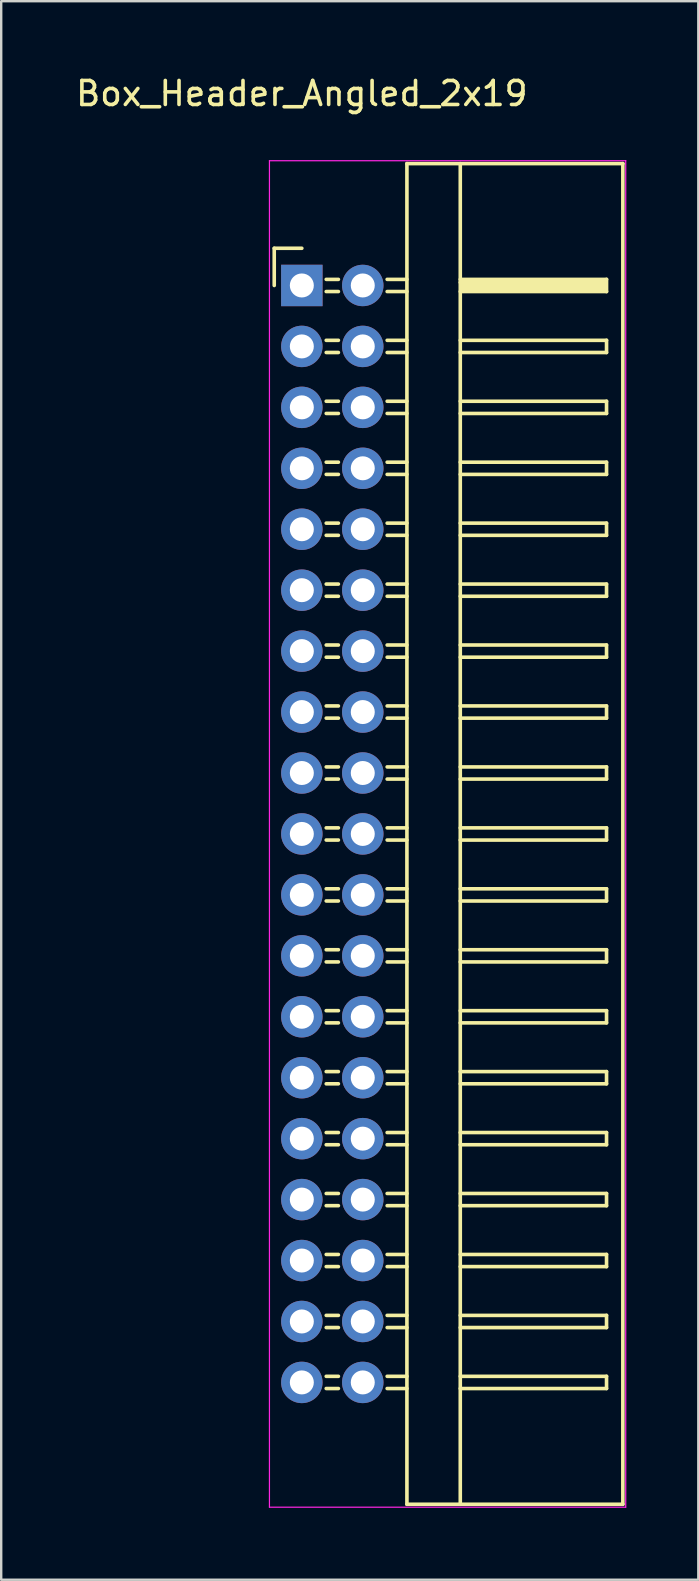
<source format=kicad_pcb>
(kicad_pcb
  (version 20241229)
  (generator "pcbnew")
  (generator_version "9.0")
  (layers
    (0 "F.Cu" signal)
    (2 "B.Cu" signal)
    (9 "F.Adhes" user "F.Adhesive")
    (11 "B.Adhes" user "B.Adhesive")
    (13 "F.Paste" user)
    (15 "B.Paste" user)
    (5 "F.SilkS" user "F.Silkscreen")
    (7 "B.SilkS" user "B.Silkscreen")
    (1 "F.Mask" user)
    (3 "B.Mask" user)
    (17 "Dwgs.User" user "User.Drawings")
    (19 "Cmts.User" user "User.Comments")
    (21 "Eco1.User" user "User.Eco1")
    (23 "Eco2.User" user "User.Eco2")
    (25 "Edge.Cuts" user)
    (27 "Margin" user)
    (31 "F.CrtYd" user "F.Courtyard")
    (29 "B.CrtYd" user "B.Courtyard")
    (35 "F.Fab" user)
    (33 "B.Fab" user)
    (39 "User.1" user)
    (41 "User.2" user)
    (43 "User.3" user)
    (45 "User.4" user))
  (footprint "Box_Header_Angled_2x19"
    (layer "F.Cu")
    (at 9.53 8.848)
    (property "Reference" "Box_Header_Angled_2x19" (at 0 -8 0) (layer "F.SilkS") (effects (font (size 1 1) (thickness 0.15))))
    (attr through_hole)
    (fp_line (start -1.15 -1.55) (end -1.15 0) (stroke (width 0.15) (type solid)) (layer "F.SilkS"))
    (fp_line (start 0 -1.55) (end -1.15 -1.55) (stroke (width 0.15) (type solid)) (layer "F.SilkS"))
    (fp_line (start 1.524 -0.254) (end 1.016 -0.254) (stroke (width 0.15) (type solid)) (layer "F.SilkS"))
    (fp_line (start 1.524 0.254) (end 1.016 0.254) (stroke (width 0.15) (type solid)) (layer "F.SilkS"))
    (fp_line (start 1.524 2.286) (end 1.016 2.286) (stroke (width 0.15) (type solid)) (layer "F.SilkS"))
    (fp_line (start 1.524 2.794) (end 1.016 2.794) (stroke (width 0.15) (type solid)) (layer "F.SilkS"))
    (fp_line (start 1.524 4.826) (end 1.016 4.826) (stroke (width 0.15) (type solid)) (layer "F.SilkS"))
    (fp_line (start 1.524 5.334) (end 1.016 5.334) (stroke (width 0.15) (type solid)) (layer "F.SilkS"))
    (fp_line (start 1.524 7.366) (end 1.016 7.366) (stroke (width 0.15) (type solid)) (layer "F.SilkS"))
    (fp_line (start 1.524 7.874) (end 1.016 7.874) (stroke (width 0.15) (type solid)) (layer "F.SilkS"))
    (fp_line (start 1.524 9.906) (end 1.016 9.906) (stroke (width 0.15) (type solid)) (layer "F.SilkS"))
    (fp_line (start 1.524 10.414) (end 1.016 10.414) (stroke (width 0.15) (type solid)) (layer "F.SilkS"))
    (fp_line (start 1.524 12.446) (end 1.016 12.446) (stroke (width 0.15) (type solid)) (layer "F.SilkS"))
    (fp_line (start 1.524 12.954) (end 1.016 12.954) (stroke (width 0.15) (type solid)) (layer "F.SilkS"))
    (fp_line (start 1.524 14.986) (end 1.016 14.986) (stroke (width 0.15) (type solid)) (layer "F.SilkS"))
    (fp_line (start 1.524 15.494) (end 1.016 15.494) (stroke (width 0.15) (type solid)) (layer "F.SilkS"))
    (fp_line (start 1.524 17.526) (end 1.016 17.526) (stroke (width 0.15) (type solid)) (layer "F.SilkS"))
    (fp_line (start 1.524 18.034) (end 1.016 18.034) (stroke (width 0.15) (type solid)) (layer "F.SilkS"))
    (fp_line (start 1.524 20.066) (end 1.016 20.066) (stroke (width 0.15) (type solid)) (layer "F.SilkS"))
    (fp_line (start 1.524 20.574) (end 1.016 20.574) (stroke (width 0.15) (type solid)) (layer "F.SilkS"))
    (fp_line (start 1.524 22.606) (end 1.016 22.606) (stroke (width 0.15) (type solid)) (layer "F.SilkS"))
    (fp_line (start 1.524 23.114) (end 1.016 23.114) (stroke (width 0.15) (type solid)) (layer "F.SilkS"))
    (fp_line (start 1.524 25.146) (end 1.016 25.146) (stroke (width 0.15) (type solid)) (layer "F.SilkS"))
    (fp_line (start 1.524 25.654) (end 1.016 25.654) (stroke (width 0.15) (type solid)) (layer "F.SilkS"))
    (fp_line (start 1.524 27.686) (end 1.016 27.686) (stroke (width 0.15) (type solid)) (layer "F.SilkS"))
    (fp_line (start 1.524 28.194) (end 1.016 28.194) (stroke (width 0.15) (type solid)) (layer "F.SilkS"))
    (fp_line (start 1.524 30.226) (end 1.016 30.226) (stroke (width 0.15) (type solid)) (layer "F.SilkS"))
    (fp_line (start 1.524 30.734) (end 1.016 30.734) (stroke (width 0.15) (type solid)) (layer "F.SilkS"))
    (fp_line (start 1.524 32.766) (end 1.016 32.766) (stroke (width 0.15) (type solid)) (layer "F.SilkS"))
    (fp_line (start 1.524 33.274) (end 1.016 33.274) (stroke (width 0.15) (type solid)) (layer "F.SilkS"))
    (fp_line (start 1.524 35.306) (end 1.016 35.306) (stroke (width 0.15) (type solid)) (layer "F.SilkS"))
    (fp_line (start 1.524 35.814) (end 1.016 35.814) (stroke (width 0.15) (type solid)) (layer "F.SilkS"))
    (fp_line (start 1.524 37.846) (end 1.016 37.846) (stroke (width 0.15) (type solid)) (layer "F.SilkS"))
    (fp_line (start 1.524 38.354) (end 1.016 38.354) (stroke (width 0.15) (type solid)) (layer "F.SilkS"))
    (fp_line (start 1.524 40.386) (end 1.016 40.386) (stroke (width 0.15) (type solid)) (layer "F.SilkS"))
    (fp_line (start 1.524 40.894) (end 1.016 40.894) (stroke (width 0.15) (type solid)) (layer "F.SilkS"))
    (fp_line (start 1.524 42.926) (end 1.016 42.926) (stroke (width 0.15) (type solid)) (layer "F.SilkS"))
    (fp_line (start 1.524 43.434) (end 1.016 43.434) (stroke (width 0.15) (type solid)) (layer "F.SilkS"))
    (fp_line (start 1.524 45.466) (end 1.016 45.466) (stroke (width 0.15) (type solid)) (layer "F.SilkS"))
    (fp_line (start 1.524 45.974) (end 1.016 45.974) (stroke (width 0.15) (type solid)) (layer "F.SilkS"))
    (fp_line (start 4.38 -5.08) (end 4.38 50.8) (stroke (width 0.15) (type solid)) (layer "F.SilkS"))
    (fp_line (start 4.38 -5.08) (end 13.38 -5.08) (stroke (width 0.15) (type solid)) (layer "F.SilkS"))
    (fp_line (start 4.38 -0.254) (end 3.556 -0.254) (stroke (width 0.15) (type solid)) (layer "F.SilkS"))
    (fp_line (start 4.38 0.254) (end 3.556 0.254) (stroke (width 0.15) (type solid)) (layer "F.SilkS"))
    (fp_line (start 4.38 2.286) (end 3.556 2.286) (stroke (width 0.15) (type solid)) (layer "F.SilkS"))
    (fp_line (start 4.38 2.794) (end 3.556 2.794) (stroke (width 0.15) (type solid)) (layer "F.SilkS"))
    (fp_line (start 4.38 4.826) (end 3.556 4.826) (stroke (width 0.15) (type solid)) (layer "F.SilkS"))
    (fp_line (start 4.38 5.334) (end 3.556 5.334) (stroke (width 0.15) (type solid)) (layer "F.SilkS"))
    (fp_line (start 4.38 7.366) (end 3.556 7.366) (stroke (width 0.15) (type solid)) (layer "F.SilkS"))
    (fp_line (start 4.38 7.874) (end 3.556 7.874) (stroke (width 0.15) (type solid)) (layer "F.SilkS"))
    (fp_line (start 4.38 9.906) (end 3.556 9.906) (stroke (width 0.15) (type solid)) (layer "F.SilkS"))
    (fp_line (start 4.38 10.414) (end 3.556 10.414) (stroke (width 0.15) (type solid)) (layer "F.SilkS"))
    (fp_line (start 4.38 12.446) (end 3.556 12.446) (stroke (width 0.15) (type solid)) (layer "F.SilkS"))
    (fp_line (start 4.38 12.954) (end 3.556 12.954) (stroke (width 0.15) (type solid)) (layer "F.SilkS"))
    (fp_line (start 4.38 14.986) (end 3.556 14.986) (stroke (width 0.15) (type solid)) (layer "F.SilkS"))
    (fp_line (start 4.38 15.494) (end 3.556 15.494) (stroke (width 0.15) (type solid)) (layer "F.SilkS"))
    (fp_line (start 4.38 17.526) (end 3.556 17.526) (stroke (width 0.15) (type solid)) (layer "F.SilkS"))
    (fp_line (start 4.38 18.034) (end 3.556 18.034) (stroke (width 0.15) (type solid)) (layer "F.SilkS"))
    (fp_line (start 4.38 20.066) (end 3.556 20.066) (stroke (width 0.15) (type solid)) (layer "F.SilkS"))
    (fp_line (start 4.38 20.574) (end 3.556 20.574) (stroke (width 0.15) (type solid)) (layer "F.SilkS"))
    (fp_line (start 4.38 22.606) (end 3.556 22.606) (stroke (width 0.15) (type solid)) (layer "F.SilkS"))
    (fp_line (start 4.38 23.114) (end 3.556 23.114) (stroke (width 0.15) (type solid)) (layer "F.SilkS"))
    (fp_line (start 4.38 25.146) (end 3.556 25.146) (stroke (width 0.15) (type solid)) (layer "F.SilkS"))
    (fp_line (start 4.38 25.654) (end 3.556 25.654) (stroke (width 0.15) (type solid)) (layer "F.SilkS"))
    (fp_line (start 4.38 27.686) (end 3.556 27.686) (stroke (width 0.15) (type solid)) (layer "F.SilkS"))
    (fp_line (start 4.38 28.194) (end 3.556 28.194) (stroke (width 0.15) (type solid)) (layer "F.SilkS"))
    (fp_line (start 4.38 30.226) (end 3.556 30.226) (stroke (width 0.15) (type solid)) (layer "F.SilkS"))
    (fp_line (start 4.38 30.734) (end 3.556 30.734) (stroke (width 0.15) (type solid)) (layer "F.SilkS"))
    (fp_line (start 4.38 32.766) (end 3.556 32.766) (stroke (width 0.15) (type solid)) (layer "F.SilkS"))
    (fp_line (start 4.38 33.274) (end 3.556 33.274) (stroke (width 0.15) (type solid)) (layer "F.SilkS"))
    (fp_line (start 4.38 35.306) (end 3.556 35.306) (stroke (width 0.15) (type solid)) (layer "F.SilkS"))
    (fp_line (start 4.38 35.814) (end 3.556 35.814) (stroke (width 0.15) (type solid)) (layer "F.SilkS"))
    (fp_line (start 4.38 37.846) (end 3.556 37.846) (stroke (width 0.15) (type solid)) (layer "F.SilkS"))
    (fp_line (start 4.38 38.354) (end 3.556 38.354) (stroke (width 0.15) (type solid)) (layer "F.SilkS"))
    (fp_line (start 4.38 40.386) (end 3.556 40.386) (stroke (width 0.15) (type solid)) (layer "F.SilkS"))
    (fp_line (start 4.38 40.894) (end 3.556 40.894) (stroke (width 0.15) (type solid)) (layer "F.SilkS"))
    (fp_line (start 4.38 42.926) (end 3.556 42.926) (stroke (width 0.15) (type solid)) (layer "F.SilkS"))
    (fp_line (start 4.38 43.434) (end 3.556 43.434) (stroke (width 0.15) (type solid)) (layer "F.SilkS"))
    (fp_line (start 4.38 45.466) (end 3.556 45.466) (stroke (width 0.15) (type solid)) (layer "F.SilkS"))
    (fp_line (start 4.38 45.974) (end 3.556 45.974) (stroke (width 0.15) (type solid)) (layer "F.SilkS"))
    (fp_line (start 4.38 50.8) (end 13.38 50.8) (stroke (width 0.15) (type solid)) (layer "F.SilkS"))
    (fp_line (start 6.604 -5.08) (end 6.604 50.8) (stroke (width 0.15) (type solid)) (layer "F.SilkS"))
    (fp_line (start 6.604 -0.254) (end 12.7 -0.254) (stroke (width 0.15) (type solid)) (layer "F.SilkS"))
    (fp_line (start 6.604 -0.127) (end 12.573 -0.127) (stroke (width 0.15) (type solid)) (layer "F.SilkS"))
    (fp_line (start 6.604 2.286) (end 12.7 2.286) (stroke (width 0.15) (type solid)) (layer "F.SilkS"))
    (fp_line (start 6.604 4.826) (end 12.7 4.826) (stroke (width 0.15) (type solid)) (layer "F.SilkS"))
    (fp_line (start 6.604 7.366) (end 12.7 7.366) (stroke (width 0.15) (type solid)) (layer "F.SilkS"))
    (fp_line (start 6.604 9.906) (end 12.7 9.906) (stroke (width 0.15) (type solid)) (layer "F.SilkS"))
    (fp_line (start 6.604 12.446) (end 12.7 12.446) (stroke (width 0.15) (type solid)) (layer "F.SilkS"))
    (fp_line (start 6.604 14.986) (end 12.7 14.986) (stroke (width 0.15) (type solid)) (layer "F.SilkS"))
    (fp_line (start 6.604 17.526) (end 12.7 17.526) (stroke (width 0.15) (type solid)) (layer "F.SilkS"))
    (fp_line (start 6.604 20.066) (end 12.7 20.066) (stroke (width 0.15) (type solid)) (layer "F.SilkS"))
    (fp_line (start 6.604 22.606) (end 12.7 22.606) (stroke (width 0.15) (type solid)) (layer "F.SilkS"))
    (fp_line (start 6.604 25.146) (end 12.7 25.146) (stroke (width 0.15) (type solid)) (layer "F.SilkS"))
    (fp_line (start 6.604 27.686) (end 12.7 27.686) (stroke (width 0.15) (type solid)) (layer "F.SilkS"))
    (fp_line (start 6.604 30.226) (end 12.7 30.226) (stroke (width 0.15) (type solid)) (layer "F.SilkS"))
    (fp_line (start 6.604 32.766) (end 12.7 32.766) (stroke (width 0.15) (type solid)) (layer "F.SilkS"))
    (fp_line (start 6.604 35.306) (end 12.7 35.306) (stroke (width 0.15) (type solid)) (layer "F.SilkS"))
    (fp_line (start 6.604 37.846) (end 12.7 37.846) (stroke (width 0.15) (type solid)) (layer "F.SilkS"))
    (fp_line (start 6.604 40.386) (end 12.7 40.386) (stroke (width 0.15) (type solid)) (layer "F.SilkS"))
    (fp_line (start 6.604 42.926) (end 12.7 42.926) (stroke (width 0.15) (type solid)) (layer "F.SilkS"))
    (fp_line (start 6.604 45.466) (end 12.7 45.466) (stroke (width 0.15) (type solid)) (layer "F.SilkS"))
    (fp_line (start 6.731 0) (end 12.573 0) (stroke (width 0.15) (type solid)) (layer "F.SilkS"))
    (fp_line (start 6.731 0.127) (end 6.731 0) (stroke (width 0.15) (type solid)) (layer "F.SilkS"))
    (fp_line (start 12.573 -0.127) (end 12.573 0.127) (stroke (width 0.15) (type solid)) (layer "F.SilkS"))
    (fp_line (start 12.573 0.127) (end 6.731 0.127) (stroke (width 0.15) (type solid)) (layer "F.SilkS"))
    (fp_line (start 12.7 -0.254) (end 12.7 0.254) (stroke (width 0.15) (type solid)) (layer "F.SilkS"))
    (fp_line (start 12.7 0.254) (end 6.604 0.254) (stroke (width 0.15) (type solid)) (layer "F.SilkS"))
    (fp_line (start 12.7 2.286) (end 12.7 2.794) (stroke (width 0.15) (type solid)) (layer "F.SilkS"))
    (fp_line (start 12.7 2.794) (end 6.604 2.794) (stroke (width 0.15) (type solid)) (layer "F.SilkS"))
    (fp_line (start 12.7 4.826) (end 12.7 5.334) (stroke (width 0.15) (type solid)) (layer "F.SilkS"))
    (fp_line (start 12.7 5.334) (end 6.604 5.334) (stroke (width 0.15) (type solid)) (layer "F.SilkS"))
    (fp_line (start 12.7 7.366) (end 12.7 7.874) (stroke (width 0.15) (type solid)) (layer "F.SilkS"))
    (fp_line (start 12.7 7.874) (end 6.604 7.874) (stroke (width 0.15) (type solid)) (layer "F.SilkS"))
    (fp_line (start 12.7 9.906) (end 12.7 10.414) (stroke (width 0.15) (type solid)) (layer "F.SilkS"))
    (fp_line (start 12.7 10.414) (end 6.604 10.414) (stroke (width 0.15) (type solid)) (layer "F.SilkS"))
    (fp_line (start 12.7 12.446) (end 12.7 12.954) (stroke (width 0.15) (type solid)) (layer "F.SilkS"))
    (fp_line (start 12.7 12.954) (end 6.604 12.954) (stroke (width 0.15) (type solid)) (layer "F.SilkS"))
    (fp_line (start 12.7 14.986) (end 12.7 15.494) (stroke (width 0.15) (type solid)) (layer "F.SilkS"))
    (fp_line (start 12.7 15.494) (end 6.604 15.494) (stroke (width 0.15) (type solid)) (layer "F.SilkS"))
    (fp_line (start 12.7 17.526) (end 12.7 18.034) (stroke (width 0.15) (type solid)) (layer "F.SilkS"))
    (fp_line (start 12.7 18.034) (end 6.604 18.034) (stroke (width 0.15) (type solid)) (layer "F.SilkS"))
    (fp_line (start 12.7 20.066) (end 12.7 20.574) (stroke (width 0.15) (type solid)) (layer "F.SilkS"))
    (fp_line (start 12.7 20.574) (end 6.604 20.574) (stroke (width 0.15) (type solid)) (layer "F.SilkS"))
    (fp_line (start 12.7 22.606) (end 12.7 23.114) (stroke (width 0.15) (type solid)) (layer "F.SilkS"))
    (fp_line (start 12.7 23.114) (end 6.604 23.114) (stroke (width 0.15) (type solid)) (layer "F.SilkS"))
    (fp_line (start 12.7 25.146) (end 12.7 25.654) (stroke (width 0.15) (type solid)) (layer "F.SilkS"))
    (fp_line (start 12.7 25.654) (end 6.604 25.654) (stroke (width 0.15) (type solid)) (layer "F.SilkS"))
    (fp_line (start 12.7 27.686) (end 12.7 28.194) (stroke (width 0.15) (type solid)) (layer "F.SilkS"))
    (fp_line (start 12.7 28.194) (end 6.604 28.194) (stroke (width 0.15) (type solid)) (layer "F.SilkS"))
    (fp_line (start 12.7 30.226) (end 12.7 30.734) (stroke (width 0.15) (type solid)) (layer "F.SilkS"))
    (fp_line (start 12.7 30.734) (end 6.604 30.734) (stroke (width 0.15) (type solid)) (layer "F.SilkS"))
    (fp_line (start 12.7 32.766) (end 12.7 33.274) (stroke (width 0.15) (type solid)) (layer "F.SilkS"))
    (fp_line (start 12.7 33.274) (end 6.604 33.274) (stroke (width 0.15) (type solid)) (layer "F.SilkS"))
    (fp_line (start 12.7 35.306) (end 12.7 35.814) (stroke (width 0.15) (type solid)) (layer "F.SilkS"))
    (fp_line (start 12.7 35.814) (end 6.604 35.814) (stroke (width 0.15) (type solid)) (layer "F.SilkS"))
    (fp_line (start 12.7 37.846) (end 12.7 38.354) (stroke (width 0.15) (type solid)) (layer "F.SilkS"))
    (fp_line (start 12.7 38.354) (end 6.604 38.354) (stroke (width 0.15) (type solid)) (layer "F.SilkS"))
    (fp_line (start 12.7 40.386) (end 12.7 40.894) (stroke (width 0.15) (type solid)) (layer "F.SilkS"))
    (fp_line (start 12.7 40.894) (end 6.604 40.894) (stroke (width 0.15) (type solid)) (layer "F.SilkS"))
    (fp_line (start 12.7 42.926) (end 12.7 43.434) (stroke (width 0.15) (type solid)) (layer "F.SilkS"))
    (fp_line (start 12.7 43.434) (end 6.604 43.434) (stroke (width 0.15) (type solid)) (layer "F.SilkS"))
    (fp_line (start 12.7 45.466) (end 12.7 45.974) (stroke (width 0.15) (type solid)) (layer "F.SilkS"))
    (fp_line (start 12.7 45.974) (end 6.604 45.974) (stroke (width 0.15) (type solid)) (layer "F.SilkS"))
    (fp_line (start 13.38 -5.08) (end 13.38 50.8) (stroke (width 0.15) (type solid)) (layer "F.SilkS"))
    (fp_line (start -1.35 -5.2) (end -1.35 50.92) (stroke (width 0.05) (type solid)) (layer "F.CrtYd"))
    (fp_line (start -1.35 -5.2) (end 13.5 -5.2) (stroke (width 0.05) (type solid)) (layer "F.CrtYd"))
    (fp_line (start -1.35 50.92) (end 13.5 50.92) (stroke (width 0.05) (type solid)) (layer "F.CrtYd"))
    (fp_line (start 13.5 -5.2) (end 13.5 50.92) (stroke (width 0.05) (type solid)) (layer "F.CrtYd"))
    (pad "1" thru_hole rect (at 0 0) (size 1.727 1.727) (drill 1) (layers "*.Cu" "*.Mask"))
    (pad "2" thru_hole oval (at 2.54 0) (size 1.727 1.727) (drill 1) (layers "*.Cu" "*.Mask"))
    (pad "3" thru_hole oval (at 0 2.54) (size 1.727 1.727) (drill 1) (layers "*.Cu" "*.Mask"))
    (pad "4" thru_hole oval (at 2.54 2.54) (size 1.727 1.727) (drill 1) (layers "*.Cu" "*.Mask"))
    (pad "5" thru_hole oval (at 0 5.08) (size 1.727 1.727) (drill 1) (layers "*.Cu" "*.Mask"))
    (pad "6" thru_hole oval (at 2.54 5.08) (size 1.727 1.727) (drill 1) (layers "*.Cu" "*.Mask"))
    (pad "7" thru_hole oval (at 0 7.62) (size 1.727 1.727) (drill 1) (layers "*.Cu" "*.Mask"))
    (pad "8" thru_hole oval (at 2.54 7.62) (size 1.727 1.727) (drill 1) (layers "*.Cu" "*.Mask"))
    (pad "9" thru_hole oval (at 0 10.16) (size 1.727 1.727) (drill 1) (layers "*.Cu" "*.Mask"))
    (pad "10" thru_hole oval (at 2.54 10.16) (size 1.727 1.727) (drill 1) (layers "*.Cu" "*.Mask"))
    (pad "11" thru_hole oval (at 0 12.7) (size 1.727 1.727) (drill 1) (layers "*.Cu" "*.Mask"))
    (pad "12" thru_hole oval (at 2.54 12.7) (size 1.727 1.727) (drill 1) (layers "*.Cu" "*.Mask"))
    (pad "13" thru_hole oval (at 0 15.24) (size 1.727 1.727) (drill 1) (layers "*.Cu" "*.Mask"))
    (pad "14" thru_hole oval (at 2.54 15.24) (size 1.727 1.727) (drill 1) (layers "*.Cu" "*.Mask"))
    (pad "15" thru_hole oval (at 0 17.78) (size 1.727 1.727) (drill 1) (layers "*.Cu" "*.Mask"))
    (pad "16" thru_hole oval (at 2.54 17.78) (size 1.727 1.727) (drill 1) (layers "*.Cu" "*.Mask"))
    (pad "17" thru_hole oval (at 0 20.32) (size 1.727 1.727) (drill 1) (layers "*.Cu" "*.Mask"))
    (pad "18" thru_hole oval (at 2.54 20.32) (size 1.727 1.727) (drill 1) (layers "*.Cu" "*.Mask"))
    (pad "19" thru_hole oval (at 0 22.86) (size 1.727 1.727) (drill 1) (layers "*.Cu" "*.Mask"))
    (pad "20" thru_hole oval (at 2.54 22.86) (size 1.727 1.727) (drill 1) (layers "*.Cu" "*.Mask"))
    (pad "21" thru_hole oval (at 0 25.4) (size 1.727 1.727) (drill 1) (layers "*.Cu" "*.Mask"))
    (pad "22" thru_hole oval (at 2.54 25.4) (size 1.727 1.727) (drill 1) (layers "*.Cu" "*.Mask"))
    (pad "23" thru_hole oval (at 0 27.94) (size 1.727 1.727) (drill 1) (layers "*.Cu" "*.Mask"))
    (pad "24" thru_hole oval (at 2.54 27.94) (size 1.727 1.727) (drill 1) (layers "*.Cu" "*.Mask"))
    (pad "25" thru_hole oval (at 0 30.48) (size 1.727 1.727) (drill 1) (layers "*.Cu" "*.Mask"))
    (pad "26" thru_hole oval (at 2.54 30.48) (size 1.727 1.727) (drill 1) (layers "*.Cu" "*.Mask"))
    (pad "27" thru_hole oval (at 0 33.02) (size 1.727 1.727) (drill 1) (layers "*.Cu" "*.Mask"))
    (pad "28" thru_hole oval (at 2.54 33.02) (size 1.727 1.727) (drill 1) (layers "*.Cu" "*.Mask"))
    (pad "29" thru_hole oval (at 0 35.56) (size 1.727 1.727) (drill 1) (layers "*.Cu" "*.Mask"))
    (pad "30" thru_hole oval (at 2.54 35.56) (size 1.727 1.727) (drill 1) (layers "*.Cu" "*.Mask"))
    (pad "31" thru_hole oval (at 0 38.1) (size 1.727 1.727) (drill 1) (layers "*.Cu" "*.Mask"))
    (pad "32" thru_hole oval (at 2.54 38.1) (size 1.727 1.727) (drill 1) (layers "*.Cu" "*.Mask"))
    (pad "33" thru_hole oval (at 0 40.64) (size 1.727 1.727) (drill 1) (layers "*.Cu" "*.Mask"))
    (pad "34" thru_hole oval (at 2.54 40.64) (size 1.727 1.727) (drill 1) (layers "*.Cu" "*.Mask"))
    (pad "35" thru_hole oval (at 0 43.18) (size 1.727 1.727) (drill 1) (layers "*.Cu" "*.Mask"))
    (pad "36" thru_hole oval (at 2.54 43.18) (size 1.727 1.727) (drill 1) (layers "*.Cu" "*.Mask"))
    (pad "37" thru_hole oval (at 0 45.72) (size 1.727 1.727) (drill 1) (layers "*.Cu" "*.Mask"))
    (pad "38" thru_hole oval (at 2.54 45.72) (size 1.727 1.727) (drill 1) (layers "*.Cu" "*.Mask")))
  (gr_rect
    (start -3 -3)
    (end 26.055 62.793)
    (stroke (width 0.1) (type default))
    (fill no)
    (layer "Edge.Cuts")))
</source>
